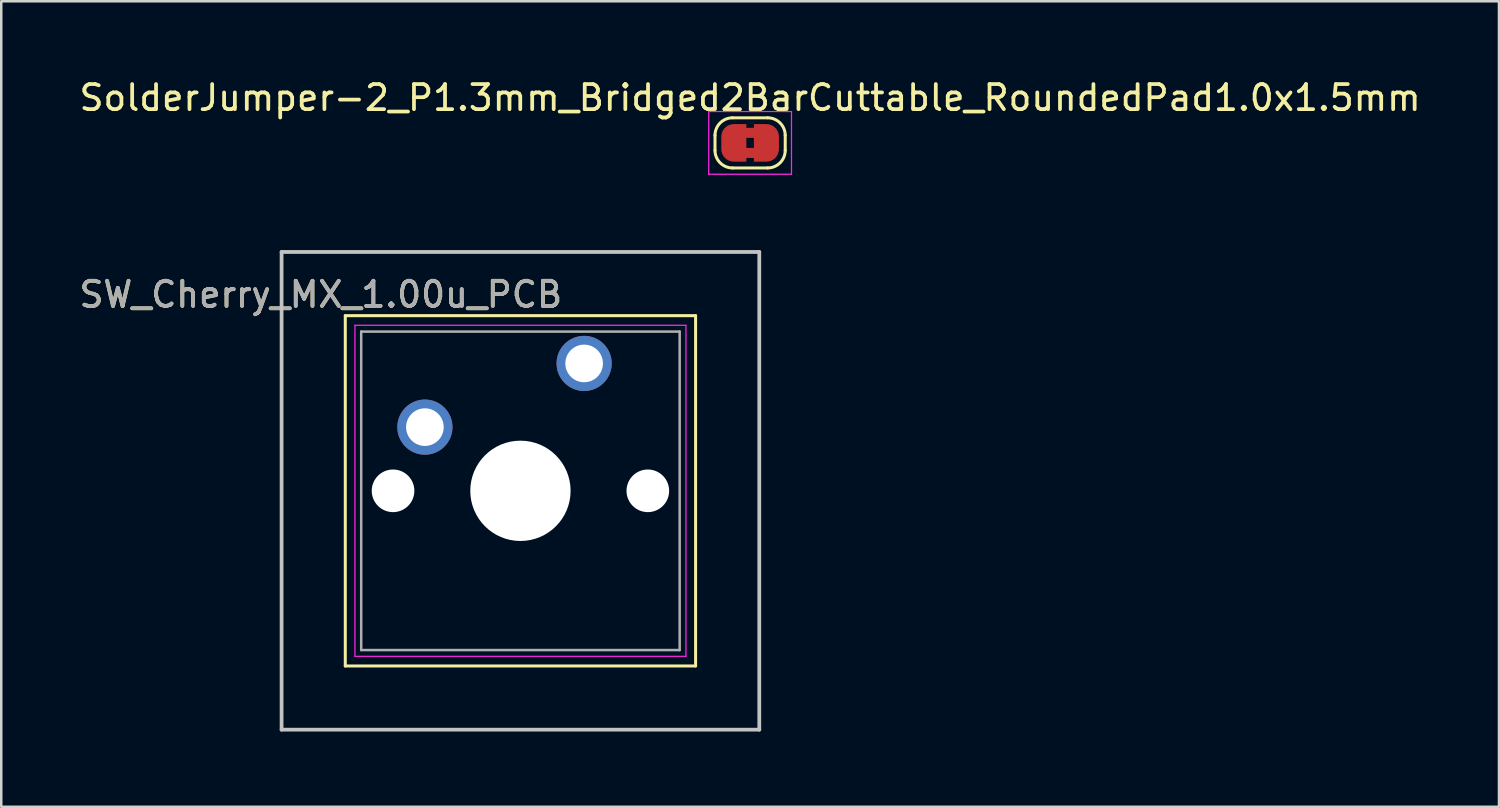
<source format=kicad_pcb>
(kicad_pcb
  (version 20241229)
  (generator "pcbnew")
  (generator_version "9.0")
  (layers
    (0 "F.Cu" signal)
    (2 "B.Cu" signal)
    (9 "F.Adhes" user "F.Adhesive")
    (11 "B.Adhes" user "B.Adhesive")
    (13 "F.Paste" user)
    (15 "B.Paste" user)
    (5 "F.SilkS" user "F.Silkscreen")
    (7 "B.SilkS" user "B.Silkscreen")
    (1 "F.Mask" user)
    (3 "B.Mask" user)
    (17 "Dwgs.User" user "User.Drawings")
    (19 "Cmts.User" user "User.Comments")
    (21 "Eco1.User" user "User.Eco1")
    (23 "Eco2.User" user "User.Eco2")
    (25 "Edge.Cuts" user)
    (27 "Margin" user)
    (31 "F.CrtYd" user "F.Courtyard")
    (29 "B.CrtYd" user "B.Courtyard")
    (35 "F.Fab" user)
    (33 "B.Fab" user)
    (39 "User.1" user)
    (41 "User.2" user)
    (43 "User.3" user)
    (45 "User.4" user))
  (footprint "SW_Cherry_MX_1.00u_PCB"
    (layer "F.Cu")
    (at 20.244 11.443)
    (property "Reference" "SW_Cherry_MX_1.00u_PCB" (at -10.5 -2.75 0) (layer "F.SilkS") (effects (font (size 1 1) (thickness 0.15))))
    (attr through_hole)
    (fp_line (start -9.525 -1.905) (end 4.445 -1.905) (stroke (width 0.12) (type solid)) (layer "F.SilkS"))
    (fp_line (start -9.525 12.065) (end -9.525 -1.905) (stroke (width 0.12) (type solid)) (layer "F.SilkS"))
    (fp_line (start 4.445 -1.905) (end 4.445 12.065) (stroke (width 0.12) (type solid)) (layer "F.SilkS"))
    (fp_line (start 4.445 12.065) (end -9.525 12.065) (stroke (width 0.12) (type solid)) (layer "F.SilkS"))
    (fp_line (start -12.065 -4.445) (end 6.985 -4.445) (stroke (width 0.15) (type solid)) (layer "Dwgs.User"))
    (fp_line (start -12.065 14.605) (end -12.065 -4.445) (stroke (width 0.15) (type solid)) (layer "Dwgs.User"))
    (fp_line (start 6.985 -4.445) (end 6.985 14.605) (stroke (width 0.15) (type solid)) (layer "Dwgs.User"))
    (fp_line (start 6.985 14.605) (end -12.065 14.605) (stroke (width 0.15) (type solid)) (layer "Dwgs.User"))
    (fp_line (start -9.14 -1.52) (end 4.06 -1.52) (stroke (width 0.05) (type solid)) (layer "F.CrtYd"))
    (fp_line (start -9.14 11.68) (end -9.14 -1.52) (stroke (width 0.05) (type solid)) (layer "F.CrtYd"))
    (fp_line (start 4.06 -1.52) (end 4.06 11.68) (stroke (width 0.05) (type solid)) (layer "F.CrtYd"))
    (fp_line (start 4.06 11.68) (end -9.14 11.68) (stroke (width 0.05) (type solid)) (layer "F.CrtYd"))
    (fp_line (start -8.89 -1.27) (end 3.81 -1.27) (stroke (width 0.1) (type solid)) (layer "F.Fab"))
    (fp_line (start -8.89 11.43) (end -8.89 -1.27) (stroke (width 0.1) (type solid)) (layer "F.Fab"))
    (fp_line (start 3.81 -1.27) (end 3.81 11.43) (stroke (width 0.1) (type solid)) (layer "F.Fab"))
    (fp_line (start 3.81 11.43) (end -8.89 11.43) (stroke (width 0.1) (type solid)) (layer "F.Fab"))
    (fp_text user "${REFERENCE}" (at -10.5 -2.75 0) (layer "F.Fab") (effects (font (size 1 1) (thickness 0.15))))
    (pad "" np_thru_hole circle (at -7.62 5.08) (size 1.7 1.7) (drill 1.7) (layers "*.Cu" "*.Mask"))
    (pad "" np_thru_hole circle (at -2.54 5.08) (size 4 4) (drill 4) (layers "*.Cu" "*.Mask"))
    (pad "" np_thru_hole circle (at 2.54 5.08) (size 1.7 1.7) (drill 1.7) (layers "*.Cu" "*.Mask"))
    (pad "1" thru_hole circle (at 0 0) (size 2.2 2.2) (drill 1.5) (layers "*.Cu" "*.Mask"))
    (pad "2" thru_hole circle (at -6.35 2.54) (size 2.2 2.2) (drill 1.5) (layers "*.Cu" "*.Mask")))
  (footprint "SolderJumper-2_P1.3mm_Bridged2BarCuttable_RoundedPad1.0x1.5mm"
    (layer "F.Cu")
    (at 26.863 2.648)
    (property "Reference" "SolderJumper-2_P1.3mm_Bridged2BarCuttable_RoundedPad1.0x1.5mm" (at 0 -1.8 0) (layer "F.SilkS") (effects (font (size 1 1) (thickness 0.15))))
    (attr exclude_from_pos_files exclude_from_bom)
    (fp_poly (pts (xy -0.25 -0.6) (xy 0.25 -0.6) (xy 0.25 -0.2) (xy -0.25 -0.2)) (stroke (width 0) (type solid)) (fill yes) (layer "F.Cu"))
    (fp_poly (pts (xy -0.25 0.2) (xy 0.25 0.2) (xy 0.25 0.6) (xy -0.25 0.6)) (stroke (width 0) (type solid)) (fill yes) (layer "F.Cu"))
    (fp_poly (pts (xy -0.25 -0.6) (xy 0.25 -0.6) (xy 0.25 -0.2) (xy -0.25 -0.2)) (stroke (width 0) (type solid)) (fill yes) (layer "F.Mask"))
    (fp_poly (pts (xy -0.25 0.2) (xy 0.25 0.2) (xy 0.25 0.6) (xy -0.25 0.6)) (stroke (width 0) (type solid)) (fill yes) (layer "F.Mask"))
    (fp_line (start -1.4 0.3) (end -1.4 -0.3) (stroke (width 0.12) (type solid)) (layer "F.SilkS"))
    (fp_line (start -0.7 -1) (end 0.7 -1) (stroke (width 0.12) (type solid)) (layer "F.SilkS"))
    (fp_line (start 0.7 1) (end -0.7 1) (stroke (width 0.12) (type solid)) (layer "F.SilkS"))
    (fp_line (start 1.4 -0.3) (end 1.4 0.3) (stroke (width 0.12) (type solid)) (layer "F.SilkS"))
    (fp_arc (start -1.4 -0.3) (mid -1.194975 -0.794975) (end -0.7 -1) (stroke (width 0.12) (type solid)) (layer "F.SilkS"))
    (fp_arc (start -0.7 1) (mid -1.194975 0.794975) (end -1.4 0.3) (stroke (width 0.12) (type solid)) (layer "F.SilkS"))
    (fp_arc (start 0.7 -1) (mid 1.194975 -0.794975) (end 1.4 -0.3) (stroke (width 0.12) (type solid)) (layer "F.SilkS"))
    (fp_arc (start 1.4 0.3) (mid 1.194975 0.794975) (end 0.7 1) (stroke (width 0.12) (type solid)) (layer "F.SilkS"))
    (fp_line (start -1.65 -1.25) (end -1.65 1.25) (stroke (width 0.05) (type solid)) (layer "F.CrtYd"))
    (fp_line (start -1.65 -1.25) (end 1.65 -1.25) (stroke (width 0.05) (type solid)) (layer "F.CrtYd"))
    (fp_line (start 1.65 1.25) (end -1.65 1.25) (stroke (width 0.05) (type solid)) (layer "F.CrtYd"))
    (fp_line (start 1.65 1.25) (end 1.65 -1.25) (stroke (width 0.05) (type solid)) (layer "F.CrtYd"))
    (pad "1" smd custom (at -0.65 0) (size 1 0.5) (layers "F.Cu" "F.Mask") (options (anchor rect)) (primitives (gr_circle (center 0 0.25) (end 0.5 0.25) (width 0) (fill yes)) (gr_circle (center 0 -0.25) (end 0.5 -0.25) (width 0) (fill yes)) (gr_poly (pts (xy 0.5 0.75) (xy 0.5 -0.75) (xy 0 -0.75) (xy 0 0.75)) (width 0) (fill yes))))
    (pad "2" smd custom (at 0.65 0) (size 1 0.5) (layers "F.Cu" "F.Mask") (options (anchor rect)) (primitives (gr_circle (center 0 0.25) (end 0.5 0.25) (width 0) (fill yes)) (gr_circle (center 0 -0.25) (end 0.5 -0.25) (width 0) (fill yes)) (gr_poly (pts (xy -0.5 0.75) (xy -0.5 -0.75) (xy 0 -0.75) (xy 0 0.75)) (width 0) (fill yes)))))
  (gr_rect
    (start -3 -3)
    (end 56.726 29.123)
    (stroke (width 0.1) (type default))
    (fill no)
    (layer "Edge.Cuts")))
</source>
